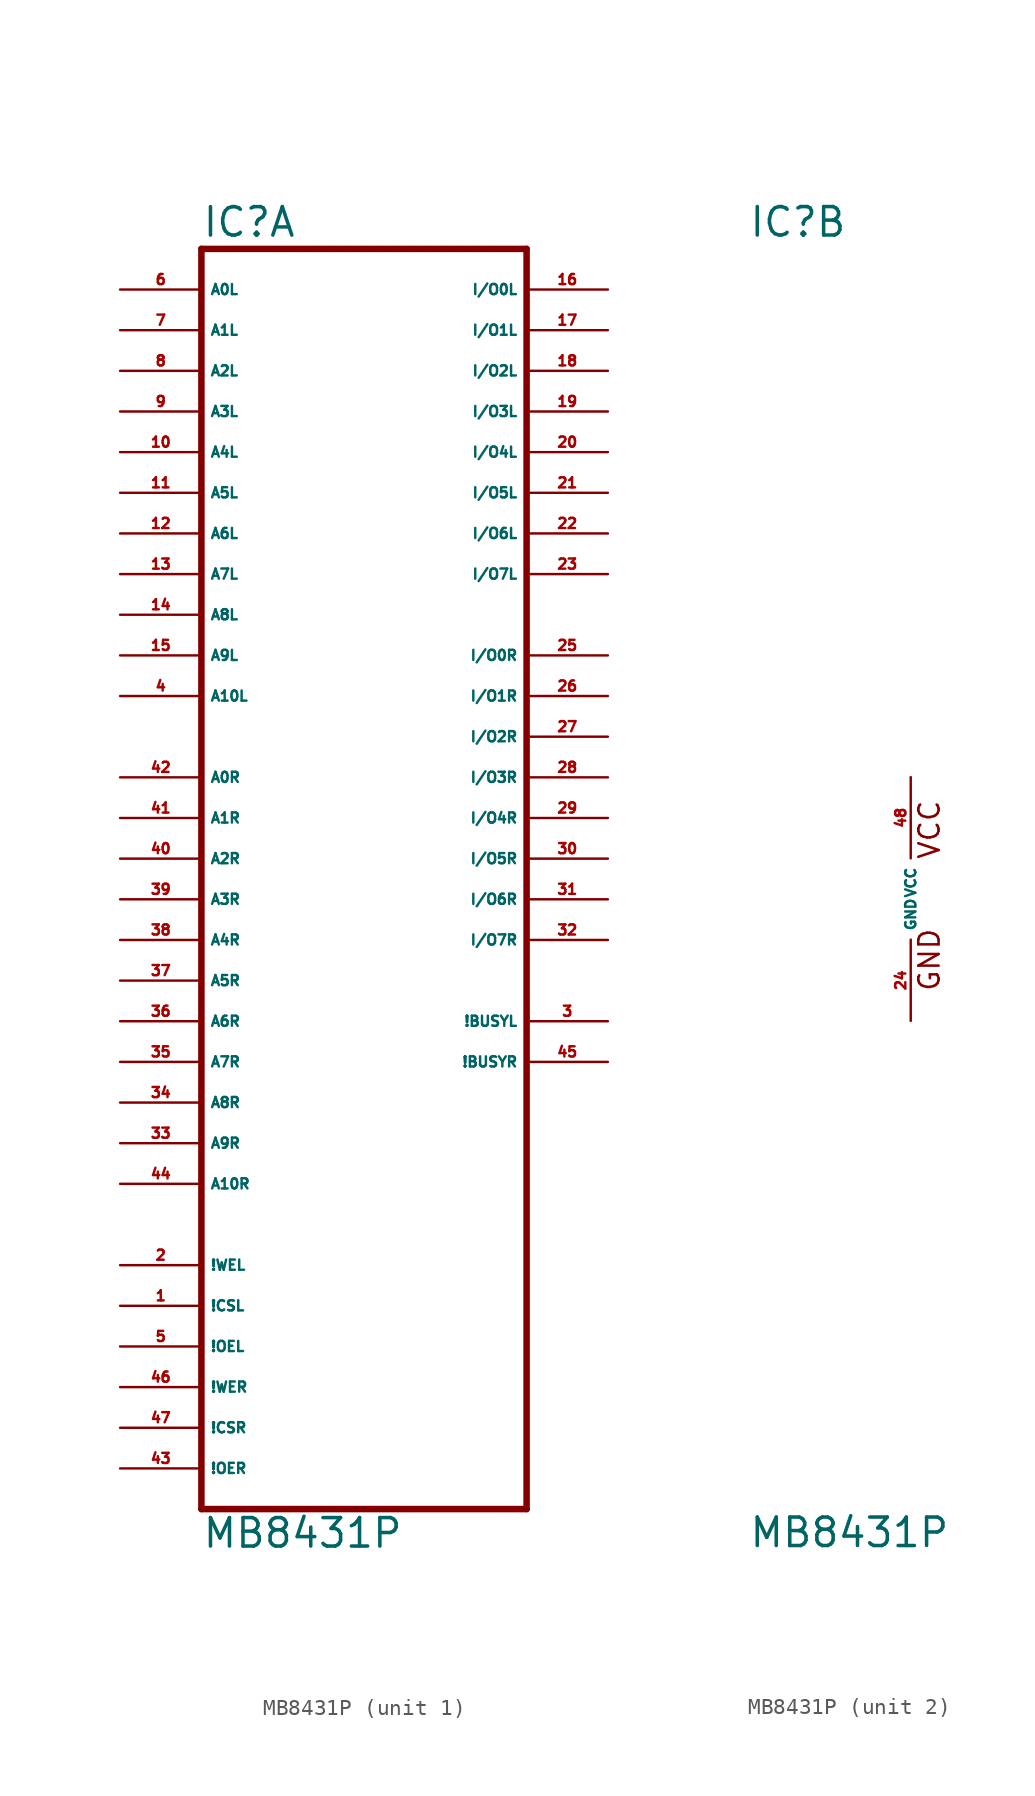
<source format=kicad_sym>
(kicad_symbol_lib
  (version 20220914)
  (generator Eagle2Kicad)
  (symbol "MB8431P"
    (property "Reference" "IC"
      (at -10.16 41.275 0)
      (effects (font (size 1.778 1.778) (thickness 0.22)) (justify left bottom)))
    (property "Value" "MB8431P"
      (at -10.16 -40.64 0)
      (effects (font (size 1.778 1.778) (thickness 0.22)) (justify left bottom)))
    (symbol "MB8431P_1_0"
      (polyline (pts (xy -10.16 -38.1) (xy 10.16 -38.1)) (stroke (width 0.406) (type default)) (fill (type none)))
      (polyline (pts (xy 10.16 -38.1) (xy 10.16 40.64)) (stroke (width 0.406) (type default)) (fill (type none)))
      (polyline (pts (xy 10.16 40.64) (xy -10.16 40.64)) (stroke (width 0.406) (type default)) (fill (type none)))
      (polyline (pts (xy -10.16 40.64) (xy -10.16 -38.1)) (stroke (width 0.406) (type default)) (fill (type none)))
      (pin input line (at -15.24 38.1 0) (length 5.08) (name "A0L" (effects (font (size 0.635 0.635) (thickness 0.08)) (justify left bottom))) (number "6" (effects (font (size 0.635 0.635) (thickness 0.08)) (justify left bottom))))
      (pin input line (at -15.24 35.56 0) (length 5.08) (name "A1L" (effects (font (size 0.635 0.635) (thickness 0.08)) (justify left bottom))) (number "7" (effects (font (size 0.635 0.635) (thickness 0.08)) (justify left bottom))))
      (pin input line (at -15.24 33.02 0) (length 5.08) (name "A2L" (effects (font (size 0.635 0.635) (thickness 0.08)) (justify left bottom))) (number "8" (effects (font (size 0.635 0.635) (thickness 0.08)) (justify left bottom))))
      (pin input line (at -15.24 30.48 0) (length 5.08) (name "A3L" (effects (font (size 0.635 0.635) (thickness 0.08)) (justify left bottom))) (number "9" (effects (font (size 0.635 0.635) (thickness 0.08)) (justify left bottom))))
      (pin input line (at -15.24 27.94 0) (length 5.08) (name "A4L" (effects (font (size 0.635 0.635) (thickness 0.08)) (justify left bottom))) (number "10" (effects (font (size 0.635 0.635) (thickness 0.08)) (justify left bottom))))
      (pin input line (at -15.24 25.4 0) (length 5.08) (name "A5L" (effects (font (size 0.635 0.635) (thickness 0.08)) (justify left bottom))) (number "11" (effects (font (size 0.635 0.635) (thickness 0.08)) (justify left bottom))))
      (pin input line (at -15.24 22.86 0) (length 5.08) (name "A6L" (effects (font (size 0.635 0.635) (thickness 0.08)) (justify left bottom))) (number "12" (effects (font (size 0.635 0.635) (thickness 0.08)) (justify left bottom))))
      (pin input line (at -15.24 20.32 0) (length 5.08) (name "A7L" (effects (font (size 0.635 0.635) (thickness 0.08)) (justify left bottom))) (number "13" (effects (font (size 0.635 0.635) (thickness 0.08)) (justify left bottom))))
      (pin input line (at -15.24 17.78 0) (length 5.08) (name "A8L" (effects (font (size 0.635 0.635) (thickness 0.08)) (justify left bottom))) (number "14" (effects (font (size 0.635 0.635) (thickness 0.08)) (justify left bottom))))
      (pin input line (at -15.24 15.24 0) (length 5.08) (name "A9L" (effects (font (size 0.635 0.635) (thickness 0.08)) (justify left bottom))) (number "15" (effects (font (size 0.635 0.635) (thickness 0.08)) (justify left bottom))))
      (pin input line (at -15.24 12.7 0) (length 5.08) (name "A10L" (effects (font (size 0.635 0.635) (thickness 0.08)) (justify left bottom))) (number "4" (effects (font (size 0.635 0.635) (thickness 0.08)) (justify left bottom))))
      (pin input line (at -15.24 7.62 0) (length 5.08) (name "A0R" (effects (font (size 0.635 0.635) (thickness 0.08)) (justify left bottom))) (number "42" (effects (font (size 0.635 0.635) (thickness 0.08)) (justify left bottom))))
      (pin input line (at -15.24 5.08 0) (length 5.08) (name "A1R" (effects (font (size 0.635 0.635) (thickness 0.08)) (justify left bottom))) (number "41" (effects (font (size 0.635 0.635) (thickness 0.08)) (justify left bottom))))
      (pin input line (at -15.24 2.54 0) (length 5.08) (name "A2R" (effects (font (size 0.635 0.635) (thickness 0.08)) (justify left bottom))) (number "40" (effects (font (size 0.635 0.635) (thickness 0.08)) (justify left bottom))))
      (pin input line (at -15.24 0 0) (length 5.08) (name "A3R" (effects (font (size 0.635 0.635) (thickness 0.08)) (justify left bottom))) (number "39" (effects (font (size 0.635 0.635) (thickness 0.08)) (justify left bottom))))
      (pin input line (at -15.24 -2.54 0) (length 5.08) (name "A4R" (effects (font (size 0.635 0.635) (thickness 0.08)) (justify left bottom))) (number "38" (effects (font (size 0.635 0.635) (thickness 0.08)) (justify left bottom))))
      (pin input line (at -15.24 -5.08 0) (length 5.08) (name "A5R" (effects (font (size 0.635 0.635) (thickness 0.08)) (justify left bottom))) (number "37" (effects (font (size 0.635 0.635) (thickness 0.08)) (justify left bottom))))
      (pin input line (at -15.24 -7.62 0) (length 5.08) (name "A6R" (effects (font (size 0.635 0.635) (thickness 0.08)) (justify left bottom))) (number "36" (effects (font (size 0.635 0.635) (thickness 0.08)) (justify left bottom))))
      (pin input line (at -15.24 -10.16 0) (length 5.08) (name "A7R" (effects (font (size 0.635 0.635) (thickness 0.08)) (justify left bottom))) (number "35" (effects (font (size 0.635 0.635) (thickness 0.08)) (justify left bottom))))
      (pin input line (at -15.24 -12.7 0) (length 5.08) (name "A8R" (effects (font (size 0.635 0.635) (thickness 0.08)) (justify left bottom))) (number "34" (effects (font (size 0.635 0.635) (thickness 0.08)) (justify left bottom))))
      (pin input line (at -15.24 -15.24 0) (length 5.08) (name "A9R" (effects (font (size 0.635 0.635) (thickness 0.08)) (justify left bottom))) (number "33" (effects (font (size 0.635 0.635) (thickness 0.08)) (justify left bottom))))
      (pin input line (at -15.24 -17.78 0) (length 5.08) (name "A10R" (effects (font (size 0.635 0.635) (thickness 0.08)) (justify left bottom))) (number "44" (effects (font (size 0.635 0.635) (thickness 0.08)) (justify left bottom))))
      (pin input line (at -15.24 -22.86 0) (length 5.08) (name "!WEL" (effects (font (size 0.635 0.635) (thickness 0.08)) (justify left bottom))) (number "2" (effects (font (size 0.635 0.635) (thickness 0.08)) (justify left bottom))))
      (pin input line (at -15.24 -25.4 0) (length 5.08) (name "!CSL" (effects (font (size 0.635 0.635) (thickness 0.08)) (justify left bottom))) (number "1" (effects (font (size 0.635 0.635) (thickness 0.08)) (justify left bottom))))
      (pin input line (at -15.24 -27.94 0) (length 5.08) (name "!OEL" (effects (font (size 0.635 0.635) (thickness 0.08)) (justify left bottom))) (number "5" (effects (font (size 0.635 0.635) (thickness 0.08)) (justify left bottom))))
      (pin input line (at -15.24 -30.48 0) (length 5.08) (name "!WER" (effects (font (size 0.635 0.635) (thickness 0.08)) (justify left bottom))) (number "46" (effects (font (size 0.635 0.635) (thickness 0.08)) (justify left bottom))))
      (pin input line (at -15.24 -33.02 0) (length 5.08) (name "!CSR" (effects (font (size 0.635 0.635) (thickness 0.08)) (justify left bottom))) (number "47" (effects (font (size 0.635 0.635) (thickness 0.08)) (justify left bottom))))
      (pin input line (at -15.24 -35.56 0) (length 5.08) (name "!OER" (effects (font (size 0.635 0.635) (thickness 0.08)) (justify left bottom))) (number "43" (effects (font (size 0.635 0.635) (thickness 0.08)) (justify left bottom))))
      (pin bidirectional line (at 15.24 38.1 180) (length 5.08) (name "I/O0L" (effects (font (size 0.635 0.635) (thickness 0.08)) (justify left bottom))) (number "16" (effects (font (size 0.635 0.635) (thickness 0.08)) (justify left bottom))))
      (pin bidirectional line (at 15.24 35.56 180) (length 5.08) (name "I/O1L" (effects (font (size 0.635 0.635) (thickness 0.08)) (justify left bottom))) (number "17" (effects (font (size 0.635 0.635) (thickness 0.08)) (justify left bottom))))
      (pin bidirectional line (at 15.24 33.02 180) (length 5.08) (name "I/O2L" (effects (font (size 0.635 0.635) (thickness 0.08)) (justify left bottom))) (number "18" (effects (font (size 0.635 0.635) (thickness 0.08)) (justify left bottom))))
      (pin bidirectional line (at 15.24 30.48 180) (length 5.08) (name "I/O3L" (effects (font (size 0.635 0.635) (thickness 0.08)) (justify left bottom))) (number "19" (effects (font (size 0.635 0.635) (thickness 0.08)) (justify left bottom))))
      (pin bidirectional line (at 15.24 27.94 180) (length 5.08) (name "I/O4L" (effects (font (size 0.635 0.635) (thickness 0.08)) (justify left bottom))) (number "20" (effects (font (size 0.635 0.635) (thickness 0.08)) (justify left bottom))))
      (pin bidirectional line (at 15.24 25.4 180) (length 5.08) (name "I/O5L" (effects (font (size 0.635 0.635) (thickness 0.08)) (justify left bottom))) (number "21" (effects (font (size 0.635 0.635) (thickness 0.08)) (justify left bottom))))
      (pin bidirectional line (at 15.24 22.86 180) (length 5.08) (name "I/O6L" (effects (font (size 0.635 0.635) (thickness 0.08)) (justify left bottom))) (number "22" (effects (font (size 0.635 0.635) (thickness 0.08)) (justify left bottom))))
      (pin bidirectional line (at 15.24 20.32 180) (length 5.08) (name "I/O7L" (effects (font (size 0.635 0.635) (thickness 0.08)) (justify left bottom))) (number "23" (effects (font (size 0.635 0.635) (thickness 0.08)) (justify left bottom))))
      (pin bidirectional line (at 15.24 15.24 180) (length 5.08) (name "I/O0R" (effects (font (size 0.635 0.635) (thickness 0.08)) (justify left bottom))) (number "25" (effects (font (size 0.635 0.635) (thickness 0.08)) (justify left bottom))))
      (pin bidirectional line (at 15.24 12.7 180) (length 5.08) (name "I/O1R" (effects (font (size 0.635 0.635) (thickness 0.08)) (justify left bottom))) (number "26" (effects (font (size 0.635 0.635) (thickness 0.08)) (justify left bottom))))
      (pin bidirectional line (at 15.24 10.16 180) (length 5.08) (name "I/O2R" (effects (font (size 0.635 0.635) (thickness 0.08)) (justify left bottom))) (number "27" (effects (font (size 0.635 0.635) (thickness 0.08)) (justify left bottom))))
      (pin bidirectional line (at 15.24 7.62 180) (length 5.08) (name "I/O3R" (effects (font (size 0.635 0.635) (thickness 0.08)) (justify left bottom))) (number "28" (effects (font (size 0.635 0.635) (thickness 0.08)) (justify left bottom))))
      (pin bidirectional line (at 15.24 5.08 180) (length 5.08) (name "I/O4R" (effects (font (size 0.635 0.635) (thickness 0.08)) (justify left bottom))) (number "29" (effects (font (size 0.635 0.635) (thickness 0.08)) (justify left bottom))))
      (pin bidirectional line (at 15.24 2.54 180) (length 5.08) (name "I/O5R" (effects (font (size 0.635 0.635) (thickness 0.08)) (justify left bottom))) (number "30" (effects (font (size 0.635 0.635) (thickness 0.08)) (justify left bottom))))
      (pin bidirectional line (at 15.24 0 180) (length 5.08) (name "I/O6R" (effects (font (size 0.635 0.635) (thickness 0.08)) (justify left bottom))) (number "31" (effects (font (size 0.635 0.635) (thickness 0.08)) (justify left bottom))))
      (pin bidirectional line (at 15.24 -2.54 180) (length 5.08) (name "I/O7R" (effects (font (size 0.635 0.635) (thickness 0.08)) (justify left bottom))) (number "32" (effects (font (size 0.635 0.635) (thickness 0.08)) (justify left bottom))))
      (pin output line (at 15.24 -7.62 180) (length 5.08) (name "!BUSYL" (effects (font (size 0.635 0.635) (thickness 0.08)) (justify left bottom))) (number "3" (effects (font (size 0.635 0.635) (thickness 0.08)) (justify left bottom))))
      (pin output line (at 15.24 -10.16 180) (length 5.08) (name "!BUSYR" (effects (font (size 0.635 0.635) (thickness 0.08)) (justify left bottom))) (number "45" (effects (font (size 0.635 0.635) (thickness 0.08)) (justify left bottom)))))
    (symbol "MB8431P_2_0"
      (text "VCC" (at 1.905 2.413 900) (effects (font (size 1.27 1.27) (thickness 0.16)) (justify left bottom)))
      (text "GND" (at 1.905 -5.842 900) (effects (font (size 1.27 1.27) (thickness 0.16)) (justify left bottom)))
      (pin unspecified line (at 0 -7.62 90) (length 5.08) (name "GND" (effects (font (size 0.635 0.635) (thickness 0.08)) (justify left bottom))) (number "24" (effects (font (size 0.635 0.635) (thickness 0.08)) (justify left bottom))))
      (pin unspecified line (at 0 7.62 270) (length 5.08) (name "VCC" (effects (font (size 0.635 0.635) (thickness 0.08)) (justify left bottom))) (number "48" (effects (font (size 0.635 0.635) (thickness 0.08)) (justify left bottom)))))))
</source>
